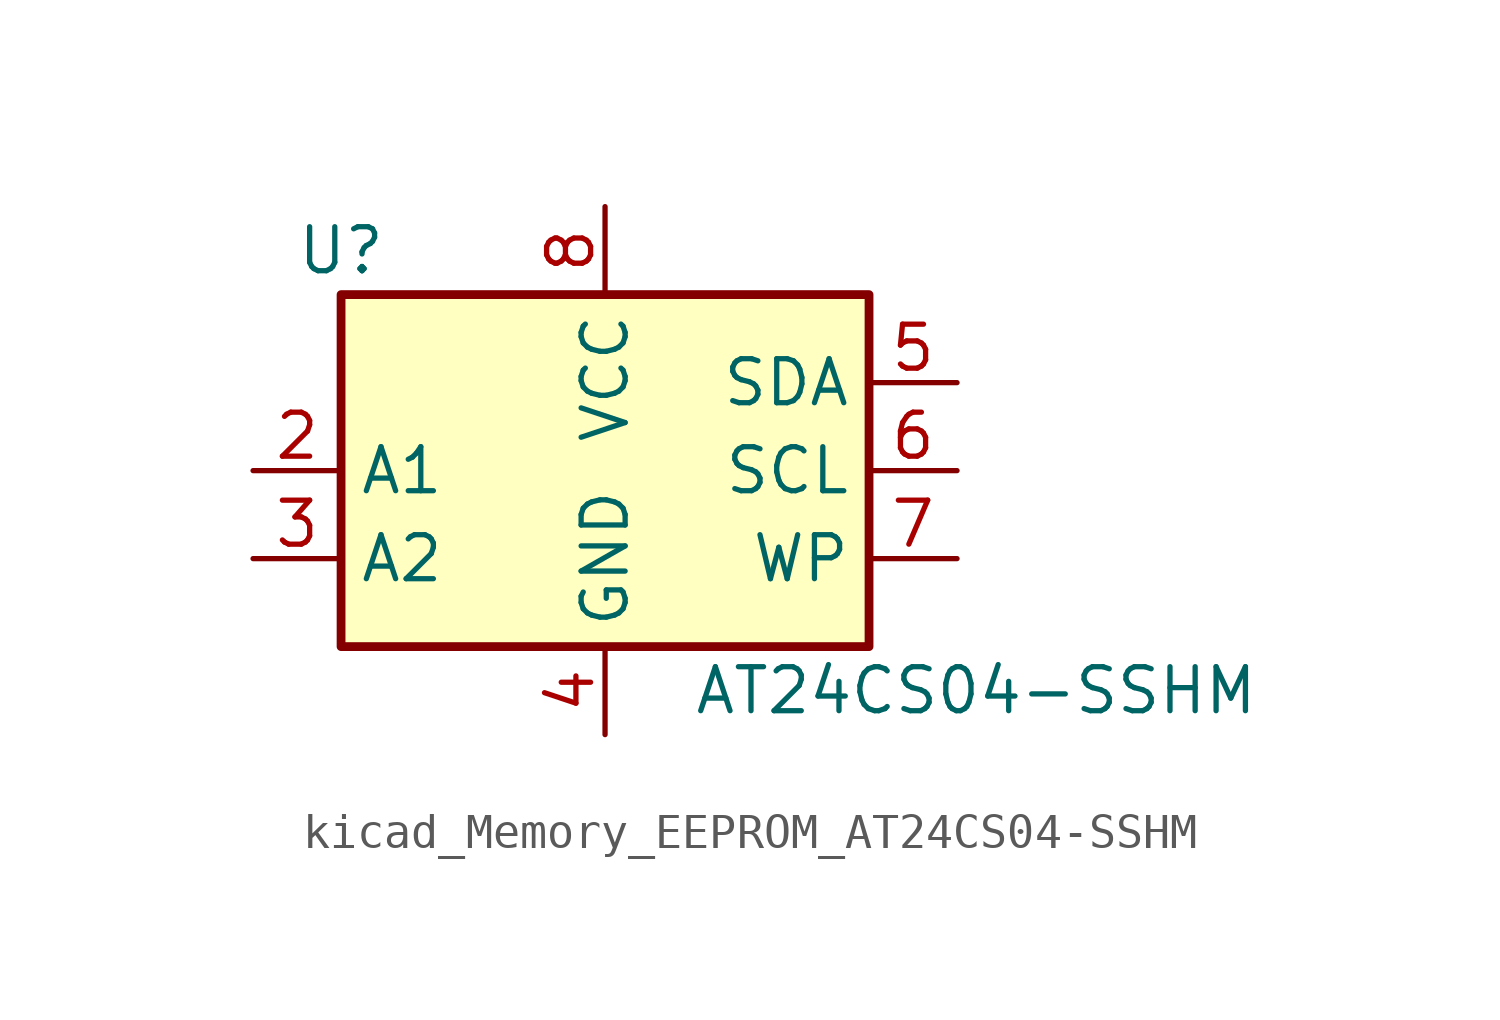
<source format=kicad_sym>
(kicad_symbol_lib
  (version 20220914)
  (generator kicad_symbol_editor)
  (symbol "kicad_Memory_EEPROM_AT24CS04-SSHM"
    (property "Reference" "U"
      (at -7.62 6.35 0)
      (effects (font (size 1.27 1.27))))
    (property "Value" "AT24CS04-SSHM"
      (at 2.54 -6.35 0)
      (effects (font (size 1.27 1.27)) (justify left)))
    (symbol "kicad_Memory_EEPROM_AT24CS04-SSHM_1_1"
      (rectangle (start -7.62 5.08) (end 7.62 -5.08) (stroke (width 0.254) (type default)) (fill (type background)))
      (pin no_connect line (at -7.62 2.54 0) (length 2.54) hide (name "NC" (effects (font (size 1.27 1.27)))) (number "1" (effects (font (size 1.27 1.27)))))
      (pin input line (at -10.16 0 0) (length 2.54) (name "A1" (effects (font (size 1.27 1.27)))) (number "2" (effects (font (size 1.27 1.27)))))
      (pin input line (at -10.16 -2.54 0) (length 2.54) (name "A2" (effects (font (size 1.27 1.27)))) (number "3" (effects (font (size 1.27 1.27)))))
      (pin power_in line (at 0 -7.62 90) (length 2.54) (name "GND" (effects (font (size 1.27 1.27)))) (number "4" (effects (font (size 1.27 1.27)))))
      (pin bidirectional line (at 10.16 2.54 180) (length 2.54) (name "SDA" (effects (font (size 1.27 1.27)))) (number "5" (effects (font (size 1.27 1.27)))))
      (pin input line (at 10.16 0 180) (length 2.54) (name "SCL" (effects (font (size 1.27 1.27)))) (number "6" (effects (font (size 1.27 1.27)))))
      (pin input line (at 10.16 -2.54 180) (length 2.54) (name "WP" (effects (font (size 1.27 1.27)))) (number "7" (effects (font (size 1.27 1.27)))))
      (pin power_in line (at 0 7.62 270) (length 2.54) (name "VCC" (effects (font (size 1.27 1.27)))) (number "8" (effects (font (size 1.27 1.27))))))))
</source>
